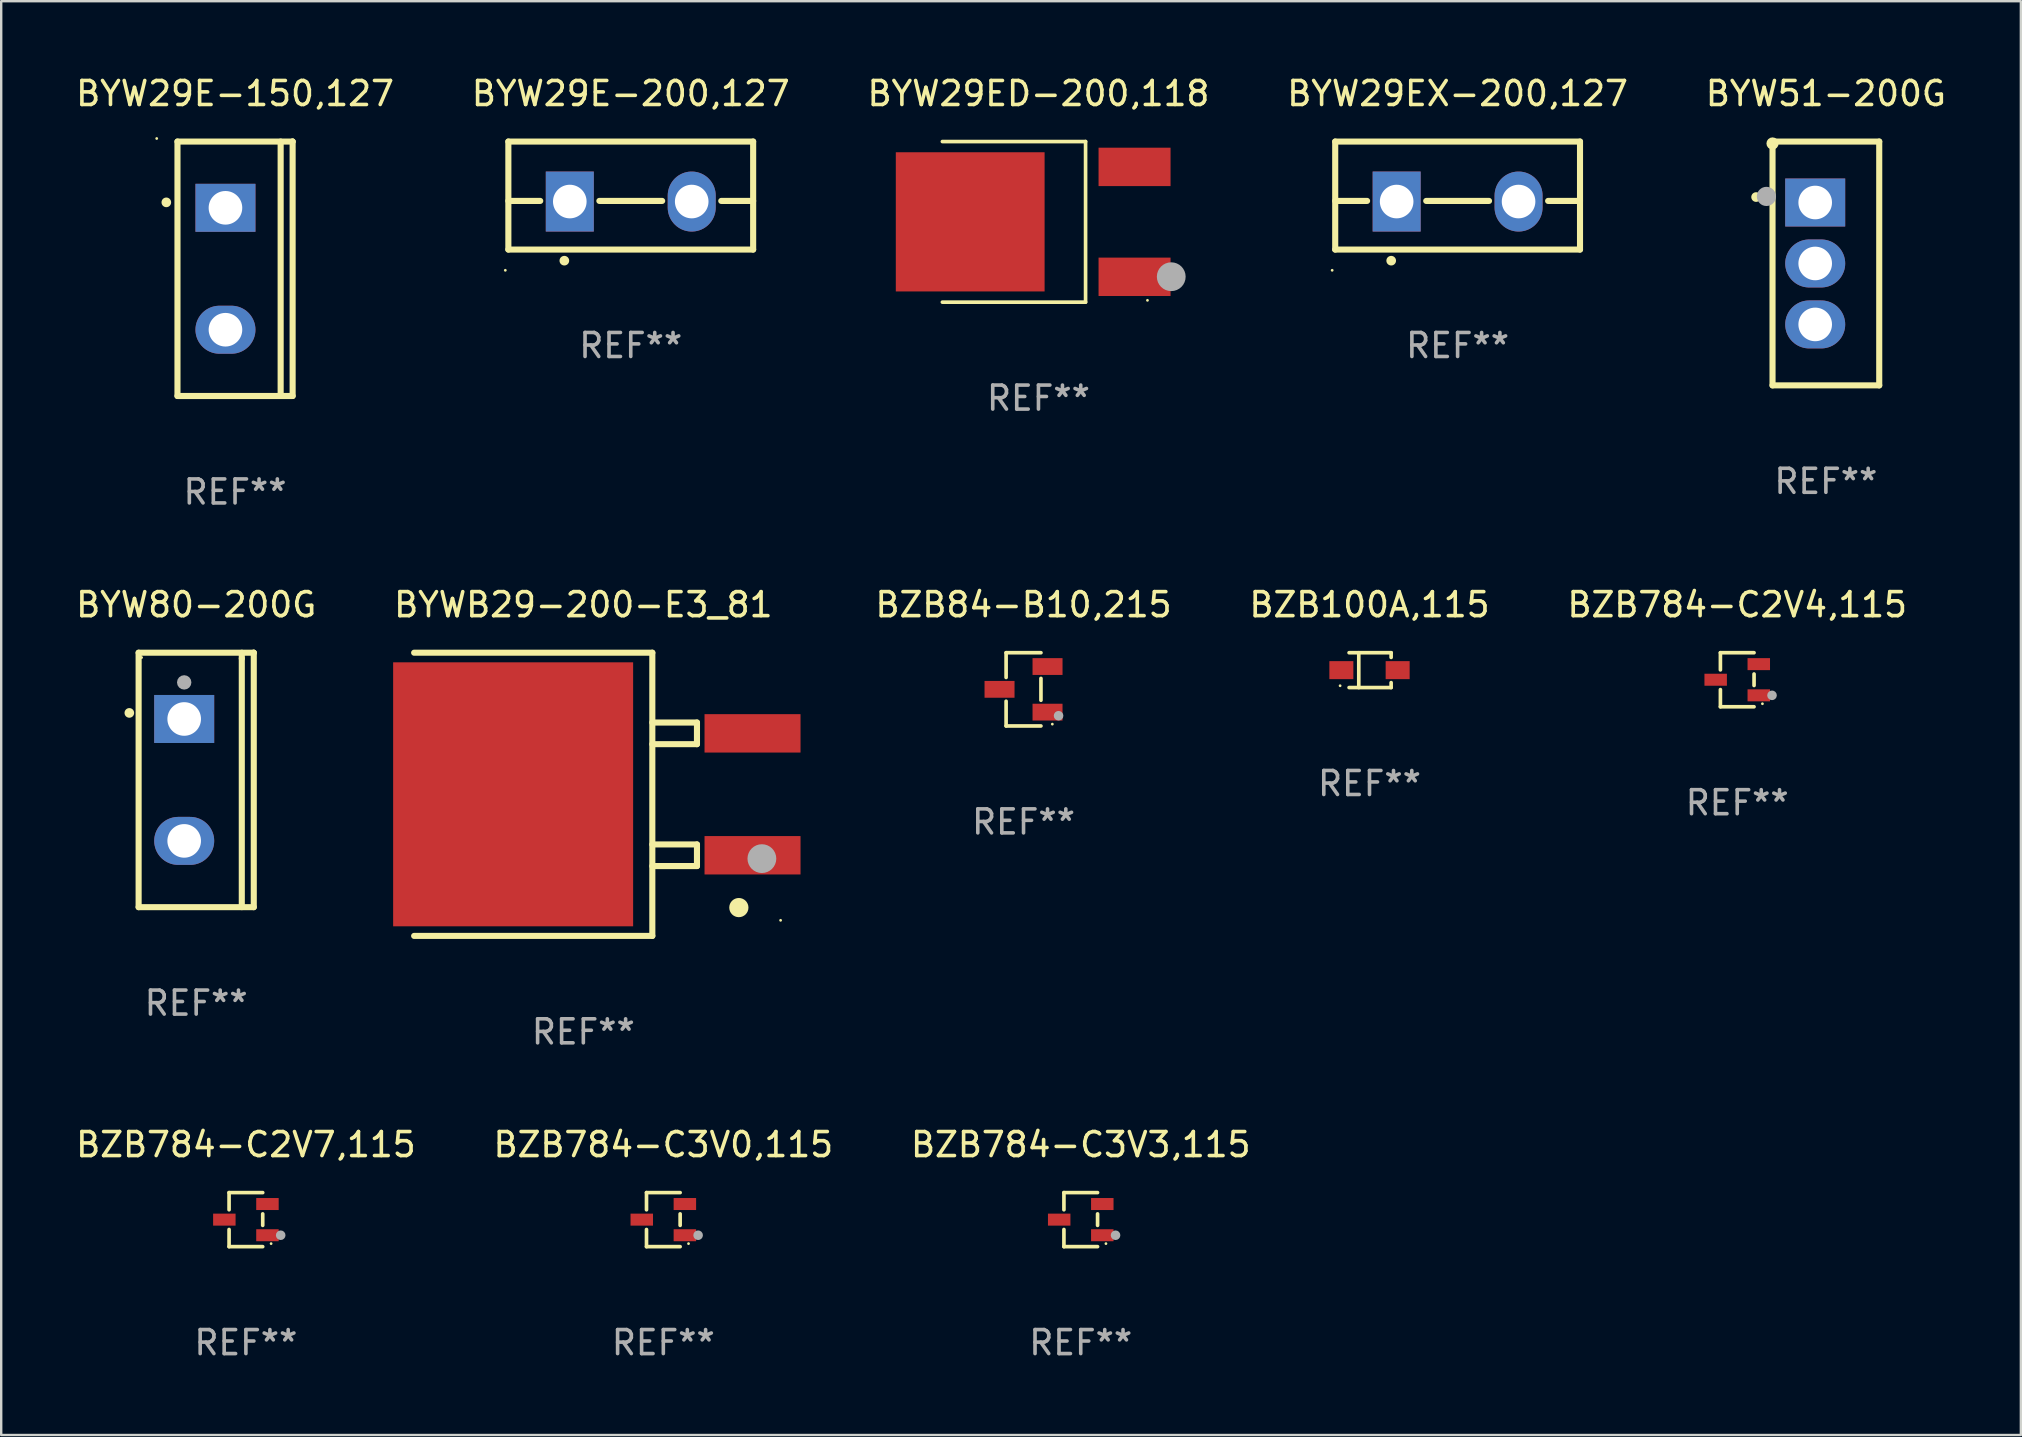
<source format=kicad_pcb>
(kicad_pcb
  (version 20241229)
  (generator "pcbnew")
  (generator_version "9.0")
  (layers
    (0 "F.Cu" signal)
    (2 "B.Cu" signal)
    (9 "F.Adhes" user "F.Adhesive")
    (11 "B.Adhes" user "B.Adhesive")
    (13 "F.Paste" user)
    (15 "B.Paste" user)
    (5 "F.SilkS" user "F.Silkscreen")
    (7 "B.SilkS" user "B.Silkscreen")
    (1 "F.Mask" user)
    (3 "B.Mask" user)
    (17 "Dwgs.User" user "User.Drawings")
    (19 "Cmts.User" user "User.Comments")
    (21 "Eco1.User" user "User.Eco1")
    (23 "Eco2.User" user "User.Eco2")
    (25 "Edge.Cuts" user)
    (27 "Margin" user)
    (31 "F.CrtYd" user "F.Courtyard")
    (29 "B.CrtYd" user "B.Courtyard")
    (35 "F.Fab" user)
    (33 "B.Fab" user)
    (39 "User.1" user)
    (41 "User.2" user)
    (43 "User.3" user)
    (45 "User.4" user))
  (footprint "BZB784-C2V7,115"
    (layer "F.Cu")
    (at 7.196 47.769)
    (property "Reference" "BZB784-C2V7,115" (at 0 -3.126 0) (layer "F.SilkS") (effects (font (size 1 1) (thickness 0.15))))
    (attr through_hole)
    (fp_line (start -0.701 -1.126) (end -0.701 -0.411) (stroke (width 0.152) (type solid)) (layer "F.SilkS"))
    (fp_line (start -0.701 1.126) (end -0.701 0.411) (stroke (width 0.152) (type solid)) (layer "F.SilkS"))
    (fp_line (start 0.701 -1.126) (end -0.701 -1.126) (stroke (width 0.152) (type solid)) (layer "F.SilkS"))
    (fp_line (start 0.701 -0.239) (end 0.701 0.239) (stroke (width 0.152) (type solid)) (layer "F.SilkS"))
    (fp_line (start 0.701 1.126) (end -0.701 1.126) (stroke (width 0.152) (type solid)) (layer "F.SilkS"))
    (fp_circle (center 1.05 1) (end 1.08 1) (stroke (width 0.06) (type solid)) (fill no) (layer "F.SilkS"))
    (fp_circle (center 1.45 0.65) (end 1.55 0.65) (stroke (width 0.2) (type solid)) (fill no) (layer "F.Fab"))
    (fp_text user "REF**" (at 0 5.126 0) (layer "F.Fab") (effects (font (size 1 1) (thickness 0.15))))
    (pad "1" smd rect (at 0.898 0.65) (size 0.936 0.5) (layers "F.Cu" "F.Mask" "F.Paste"))
    (pad "2" smd rect (at 0.898 -0.65) (size 0.936 0.5) (layers "F.Cu" "F.Mask" "F.Paste"))
    (pad "3" smd rect (at -0.898 0) (size 0.936 0.5) (layers "F.Cu" "F.Mask" "F.Paste")))
  (footprint "BYWB29-200-E3_81"
    (layer "F.Cu")
    (at 21.256 30.047)
    (property "Reference" "BYWB29-200-E3_81" (at 0 -7.9 0) (layer "F.SilkS") (effects (font (size 1 1) (thickness 0.15))))
    (attr through_hole)
    (fp_line (start -7.05 5.9) (end 2.875 5.9) (stroke (width 0.254) (type solid)) (layer "F.SilkS"))
    (fp_line (start 2.875 -5.9) (end -7.05 -5.9) (stroke (width 0.254) (type solid)) (layer "F.SilkS"))
    (fp_line (start 2.875 -5.9) (end 2.875 5.9) (stroke (width 0.254) (type solid)) (layer "F.SilkS"))
    (fp_line (start 2.875 -2.991) (end 4.735 -2.991) (stroke (width 0.254) (type solid)) (layer "F.SilkS"))
    (fp_line (start 2.875 2.089) (end 4.735 2.089) (stroke (width 0.254) (type solid)) (layer "F.SilkS"))
    (fp_line (start 4.735 -2.991) (end 4.735 -2.09) (stroke (width 0.254) (type solid)) (layer "F.SilkS"))
    (fp_line (start 4.735 -2.09) (end 2.875 -2.09) (stroke (width 0.254) (type solid)) (layer "F.SilkS"))
    (fp_line (start 4.735 2.089) (end 4.735 2.99) (stroke (width 0.254) (type solid)) (layer "F.SilkS"))
    (fp_line (start 4.735 2.99) (end 2.875 2.99) (stroke (width 0.254) (type solid)) (layer "F.SilkS"))
    (fp_circle (center 6.48 4.72) (end 6.68 4.72) (stroke (width 0.4) (type solid)) (fill no) (layer "F.SilkS"))
    (fp_circle (center 8.22 5.25) (end 8.25 5.25) (stroke (width 0.06) (type solid)) (fill no) (layer "F.SilkS"))
    (fp_circle (center 7.44 2.68) (end 7.74 2.68) (stroke (width 0.6) (type solid)) (fill no) (layer "F.Fab"))
    (fp_text user "REF**" (at 0 9.9 0) (layer "F.Fab") (effects (font (size 1 1) (thickness 0.15))))
    (pad "1" smd rect (at 7.05 2.54) (size 4 1.6) (layers "F.Cu" "F.Mask" "F.Paste"))
    (pad "2" smd rect (at 7.05 -2.54) (size 4 1.6) (layers "F.Cu" "F.Mask" "F.Paste"))
    (pad "3" smd rect (at -2.925 0.000102) (size 10 11) (layers "F.Cu" "F.Mask" "F.Paste")))
  (footprint "BYW29EX-200,127"
    (layer "F.Cu")
    (at 57.685 5.098)
    (property "Reference" "BYW29EX-200,127" (at 0 -4.25 0) (layer "F.SilkS") (effects (font (size 1 1) (thickness 0.15))))
    (attr through_hole)
    (fp_line (start -5.1 -2.25) (end -5.1 2.25) (stroke (width 0.254) (type solid)) (layer "F.SilkS"))
    (fp_line (start -5.1 0.224) (end -3.772 0.224) (stroke (width 0.254) (type solid)) (layer "F.SilkS"))
    (fp_line (start -5.1 2.25) (end 5.1 2.25) (stroke (width 0.254) (type solid)) (layer "F.SilkS"))
    (fp_line (start -1.308 0.224) (end 1.309 0.224) (stroke (width 0.254) (type solid)) (layer "F.SilkS"))
    (fp_line (start 3.771 0.224) (end 5.1 0.224) (stroke (width 0.254) (type solid)) (layer "F.SilkS"))
    (fp_line (start 5.1 -2.25) (end -5.1 -2.25) (stroke (width 0.254) (type solid)) (layer "F.SilkS"))
    (fp_line (start 5.1 -2.25) (end 5.1 2.25) (stroke (width 0.254) (type solid)) (layer "F.SilkS"))
    (fp_arc (start -2.768606 2.713805) (mid -2.767336 2.713801) (end -2.766066 2.713805) (stroke (width 0.4) (type solid)) (layer "F.SilkS"))
    (fp_circle (center -5.227 3.114) (end -5.197 3.114) (stroke (width 0.06) (type solid)) (fill no) (layer "F.SilkS"))
    (fp_text user "REF**" (at 0 6.25 0) (layer "F.Fab") (effects (font (size 1 1) (thickness 0.15))))
    (pad "1" thru_hole rect (at -2.54 0.25) (size 2 2.5) (drill 1.4) (layers "*.Cu" "*.Mask"))
    (pad "3" thru_hole oval (at 2.54 0.25) (size 2 2.5) (drill 1.4) (layers "*.Cu" "*.Mask")))
  (footprint "BYW29E-200,127"
    (layer "F.Cu")
    (at 23.232 5.098)
    (property "Reference" "BYW29E-200,127" (at 0 -4.25 0) (layer "F.SilkS") (effects (font (size 1 1) (thickness 0.15))))
    (attr through_hole)
    (fp_line (start -5.1 -2.25) (end -5.1 2.25) (stroke (width 0.254) (type solid)) (layer "F.SilkS"))
    (fp_line (start -5.1 0.224) (end -3.772 0.224) (stroke (width 0.254) (type solid)) (layer "F.SilkS"))
    (fp_line (start -5.1 2.25) (end 5.1 2.25) (stroke (width 0.254) (type solid)) (layer "F.SilkS"))
    (fp_line (start -1.308 0.224) (end 1.309 0.224) (stroke (width 0.254) (type solid)) (layer "F.SilkS"))
    (fp_line (start 3.771 0.224) (end 5.1 0.224) (stroke (width 0.254) (type solid)) (layer "F.SilkS"))
    (fp_line (start 5.1 -2.25) (end -5.1 -2.25) (stroke (width 0.254) (type solid)) (layer "F.SilkS"))
    (fp_line (start 5.1 -2.25) (end 5.1 2.25) (stroke (width 0.254) (type solid)) (layer "F.SilkS"))
    (fp_arc (start -2.768606 2.713805) (mid -2.767336 2.713801) (end -2.766066 2.713805) (stroke (width 0.4) (type solid)) (layer "F.SilkS"))
    (fp_circle (center -5.227 3.114) (end -5.197 3.114) (stroke (width 0.06) (type solid)) (fill no) (layer "F.SilkS"))
    (fp_text user "REF**" (at 0 6.25 0) (layer "F.Fab") (effects (font (size 1 1) (thickness 0.15))))
    (pad "1" thru_hole rect (at -2.54 0.25) (size 2 2.5) (drill 1.4) (layers "*.Cu" "*.Mask"))
    (pad "3" thru_hole oval (at 2.54 0.25) (size 2 2.5) (drill 1.4) (layers "*.Cu" "*.Mask")))
  (footprint "BZB100A,115"
    (layer "F.Cu")
    (at 54.014 24.873)
    (property "Reference" "BZB100A,115" (at 0 -2.726 0) (layer "F.SilkS") (effects (font (size 1 1) (thickness 0.15))))
    (attr through_hole)
    (fp_line (start -0.851 -0.726) (end 0.901 -0.726) (stroke (width 0.152) (type solid)) (layer "F.SilkS"))
    (fp_line (start -0.851 0.726) (end 0.901 0.726) (stroke (width 0.152) (type solid)) (layer "F.SilkS"))
    (fp_line (start -0.447 -0.726) (end -0.447 0.726) (stroke (width 0.152) (type solid)) (layer "F.SilkS"))
    (fp_line (start 0.901 -0.726) (end 0.901 -0.53) (stroke (width 0.152) (type solid)) (layer "F.SilkS"))
    (fp_line (start 0.901 0.726) (end 0.901 0.52) (stroke (width 0.152) (type solid)) (layer "F.SilkS"))
    (fp_circle (center -1.225 0.65) (end -1.195 0.65) (stroke (width 0.06) (type solid)) (fill no) (layer "F.SilkS"))
    (fp_text user "REF**" (at 0 4.726 0) (layer "F.Fab") (effects (font (size 1 1) (thickness 0.15))))
    (pad "1" smd rect (at -1.173 0) (size 1 0.75) (layers "F.Cu" "F.Mask" "F.Paste"))
    (pad "2" smd rect (at 1.173 0) (size 1 0.75) (layers "F.Cu" "F.Mask" "F.Paste")))
  (footprint "BYW29ED-200,118"
    (layer "F.Cu")
    (at 40.22 6.194)
    (property "Reference" "BYW29ED-200,118" (at 0 -5.346 0) (layer "F.SilkS") (effects (font (size 1 1) (thickness 0.15))))
    (attr through_hole)
    (fp_line (start -4.004 -3.346) (end 1.963 -3.346) (stroke (width 0.152) (type solid)) (layer "F.SilkS"))
    (fp_line (start -4.004 3.346) (end 1.963 3.346) (stroke (width 0.152) (type solid)) (layer "F.SilkS"))
    (fp_line (start 1.963 3.346) (end 1.963 -3.346) (stroke (width 0.152) (type solid)) (layer "F.SilkS"))
    (fp_circle (center 4.542 3.27) (end 4.572 3.27) (stroke (width 0.06) (type solid)) (fill no) (layer "F.SilkS"))
    (fp_circle (center 5.533 2.286) (end 5.833 2.286) (stroke (width 0.6) (type solid)) (fill no) (layer "F.Fab"))
    (fp_text user "REF**" (at 0 7.346 0) (layer "F.Fab") (effects (font (size 1 1) (thickness 0.15))))
    (pad "1" smd rect (at 4.004 2.29) (size 3 1.6) (layers "F.Cu" "F.Mask" "F.Paste"))
    (pad "2" smd rect (at -2.844 0) (size 6.2 5.8) (layers "F.Cu" "F.Mask" "F.Paste"))
    (pad "3" smd rect (at 4.004 -2.29) (size 3 1.6) (layers "F.Cu" "F.Mask" "F.Paste")))
  (footprint "BZB84-B10,215"
    (layer "F.Cu")
    (at 39.598 25.673)
    (property "Reference" "BZB84-B10,215" (at 0 -3.526 0) (layer "F.SilkS") (effects (font (size 1 1) (thickness 0.15))))
    (attr through_hole)
    (fp_line (start -0.726 -1.526) (end -0.726 -0.495) (stroke (width 0.152) (type solid)) (layer "F.SilkS"))
    (fp_line (start -0.726 1.526) (end -0.726 0.495) (stroke (width 0.152) (type solid)) (layer "F.SilkS"))
    (fp_line (start 0.726 -1.526) (end -0.726 -1.526) (stroke (width 0.152) (type solid)) (layer "F.SilkS"))
    (fp_line (start 0.726 -0.455) (end 0.726 0.455) (stroke (width 0.152) (type solid)) (layer "F.SilkS"))
    (fp_line (start 0.726 1.526) (end -0.726 1.526) (stroke (width 0.152) (type solid)) (layer "F.SilkS"))
    (fp_circle (center 1.2 1.45) (end 1.23 1.45) (stroke (width 0.06) (type solid)) (fill no) (layer "F.SilkS"))
    (fp_circle (center 1.46 1.1) (end 1.56 1.1) (stroke (width 0.2) (type solid)) (fill no) (layer "F.Fab"))
    (fp_text user "REF**" (at 0 5.526 0) (layer "F.Fab") (effects (font (size 1 1) (thickness 0.15))))
    (pad "1" smd rect (at 1 0.95) (size 1.25 0.7) (layers "F.Cu" "F.Mask" "F.Paste"))
    (pad "2" smd rect (at 1 -0.95) (size 1.25 0.7) (layers "F.Cu" "F.Mask" "F.Paste"))
    (pad "3" smd rect (at -1 0) (size 1.25 0.7) (layers "F.Cu" "F.Mask" "F.Paste")))
  (footprint "BYW29E-150,127"
    (layer "F.Cu")
    (at 6.744 8.149)
    (property "Reference" "BYW29E-150,127" (at 0 -7.301 0) (layer "F.SilkS") (effects (font (size 1 1) (thickness 0.15))))
    (attr through_hole)
    (fp_line (start -2.399 -5.301) (end 2.394 -5.301) (stroke (width 0.254) (type solid)) (layer "F.SilkS"))
    (fp_line (start -2.399 5.301) (end -2.399 -5.301) (stroke (width 0.254) (type solid)) (layer "F.SilkS"))
    (fp_line (start 1.9 5.3) (end 1.9 -5.3) (stroke (width 0.254) (type solid)) (layer "F.SilkS"))
    (fp_line (start 2.394 -5.301) (end 2.399 -5.301) (stroke (width 0.254) (type solid)) (layer "F.SilkS"))
    (fp_line (start 2.399 -5.301) (end 2.399 5.301) (stroke (width 0.254) (type solid)) (layer "F.SilkS"))
    (fp_line (start 2.399 5.301) (end -2.399 5.301) (stroke (width 0.254) (type solid)) (layer "F.SilkS"))
    (fp_arc (start -2.863843 -2.766066) (mid -2.863847 -2.767336) (end -2.863843 -2.768606) (stroke (width 0.4) (type solid)) (layer "F.SilkS"))
    (fp_circle (center -3.264 -5.428) (end -3.234 -5.428) (stroke (width 0.06) (type solid)) (fill no) (layer "F.SilkS"))
    (fp_text user "REF**" (at 0 9.301 0) (layer "F.Fab") (effects (font (size 1 1) (thickness 0.15))))
    (pad "1" thru_hole rect (at -0.4 -2.54 270) (size 2 2.5) (drill 1.4) (layers "*.Cu" "*.Mask"))
    (pad "2" thru_hole oval (at -0.4 2.54 270) (size 2 2.5) (drill 1.4) (layers "*.Cu" "*.Mask")))
  (footprint "BZB784-C3V0,115"
    (layer "F.Cu")
    (at 24.589 47.769)
    (property "Reference" "BZB784-C3V0,115" (at 0 -3.126 0) (layer "F.SilkS") (effects (font (size 1 1) (thickness 0.15))))
    (attr through_hole)
    (fp_line (start -0.701 -1.126) (end -0.701 -0.411) (stroke (width 0.152) (type solid)) (layer "F.SilkS"))
    (fp_line (start -0.701 1.126) (end -0.701 0.411) (stroke (width 0.152) (type solid)) (layer "F.SilkS"))
    (fp_line (start 0.701 -1.126) (end -0.701 -1.126) (stroke (width 0.152) (type solid)) (layer "F.SilkS"))
    (fp_line (start 0.701 -0.239) (end 0.701 0.239) (stroke (width 0.152) (type solid)) (layer "F.SilkS"))
    (fp_line (start 0.701 1.126) (end -0.701 1.126) (stroke (width 0.152) (type solid)) (layer "F.SilkS"))
    (fp_circle (center 1.05 1) (end 1.08 1) (stroke (width 0.06) (type solid)) (fill no) (layer "F.SilkS"))
    (fp_circle (center 1.45 0.65) (end 1.55 0.65) (stroke (width 0.2) (type solid)) (fill no) (layer "F.Fab"))
    (fp_text user "REF**" (at 0 5.126 0) (layer "F.Fab") (effects (font (size 1 1) (thickness 0.15))))
    (pad "1" smd rect (at 0.898 0.65) (size 0.936 0.5) (layers "F.Cu" "F.Mask" "F.Paste"))
    (pad "2" smd rect (at 0.898 -0.65) (size 0.936 0.5) (layers "F.Cu" "F.Mask" "F.Paste"))
    (pad "3" smd rect (at -0.898 0) (size 0.936 0.5) (layers "F.Cu" "F.Mask" "F.Paste")))
  (footprint "BZB784-C3V3,115"
    (layer "F.Cu")
    (at 41.982 47.769)
    (property "Reference" "BZB784-C3V3,115" (at 0 -3.126 0) (layer "F.SilkS") (effects (font (size 1 1) (thickness 0.15))))
    (attr through_hole)
    (fp_line (start -0.701 -1.126) (end -0.701 -0.411) (stroke (width 0.152) (type solid)) (layer "F.SilkS"))
    (fp_line (start -0.701 1.126) (end -0.701 0.411) (stroke (width 0.152) (type solid)) (layer "F.SilkS"))
    (fp_line (start 0.701 -1.126) (end -0.701 -1.126) (stroke (width 0.152) (type solid)) (layer "F.SilkS"))
    (fp_line (start 0.701 -0.239) (end 0.701 0.239) (stroke (width 0.152) (type solid)) (layer "F.SilkS"))
    (fp_line (start 0.701 1.126) (end -0.701 1.126) (stroke (width 0.152) (type solid)) (layer "F.SilkS"))
    (fp_circle (center 1.05 1) (end 1.08 1) (stroke (width 0.06) (type solid)) (fill no) (layer "F.SilkS"))
    (fp_circle (center 1.45 0.65) (end 1.55 0.65) (stroke (width 0.2) (type solid)) (fill no) (layer "F.Fab"))
    (fp_text user "REF**" (at 0 5.126 0) (layer "F.Fab") (effects (font (size 1 1) (thickness 0.15))))
    (pad "1" smd rect (at 0.898 0.65) (size 0.936 0.5) (layers "F.Cu" "F.Mask" "F.Paste"))
    (pad "2" smd rect (at 0.898 -0.65) (size 0.936 0.5) (layers "F.Cu" "F.Mask" "F.Paste"))
    (pad "3" smd rect (at -0.898 0) (size 0.936 0.5) (layers "F.Cu" "F.Mask" "F.Paste")))
  (footprint "BYW80-200G"
    (layer "F.Cu")
    (at 5.125 29.448)
    (property "Reference" "BYW80-200G" (at 0 -7.301 0) (layer "F.SilkS") (effects (font (size 1 1) (thickness 0.15))))
    (attr through_hole)
    (fp_line (start -2.399 -5.301) (end 2.394 -5.301) (stroke (width 0.254) (type solid)) (layer "F.SilkS"))
    (fp_line (start -2.399 5.301) (end -2.399 -5.301) (stroke (width 0.254) (type solid)) (layer "F.SilkS"))
    (fp_line (start 1.9 -5.061) (end 1.9 -5.3) (stroke (width 0.254) (type solid)) (layer "F.SilkS"))
    (fp_line (start 1.9 5.3) (end 1.9 -5.061) (stroke (width 0.254) (type solid)) (layer "F.SilkS"))
    (fp_line (start 2.394 -5.301) (end 2.399 -5.301) (stroke (width 0.254) (type solid)) (layer "F.SilkS"))
    (fp_line (start 2.399 -5.301) (end 2.399 5.301) (stroke (width 0.254) (type solid)) (layer "F.SilkS"))
    (fp_line (start 2.399 5.301) (end -2.399 5.301) (stroke (width 0.254) (type solid)) (layer "F.SilkS"))
    (fp_arc (start -2.786043 -2.791466) (mid -2.786047 -2.792736) (end -2.786043 -2.794006) (stroke (width 0.4) (type solid)) (layer "F.SilkS"))
    (fp_circle (center -2.275 -5.1) (end -2.245 -5.1) (stroke (width 0.06) (type solid)) (fill no) (layer "F.SilkS"))
    (fp_circle (center -0.5 -4.064) (end -0.35 -4.064) (stroke (width 0.3) (type solid)) (fill no) (layer "F.Fab"))
    (fp_text user "REF**" (at 0 9.301 0) (layer "F.Fab") (effects (font (size 1 1) (thickness 0.15))))
    (pad "1" thru_hole rect (at -0.5 -2.54 270) (size 2 2.5) (drill 1.4) (layers "*.Cu" "*.Mask"))
    (pad "3" thru_hole oval (at -0.5 2.54 270) (size 2 2.5) (drill 1.4) (layers "*.Cu" "*.Mask")))
  (footprint "BZB784-C2V4,115"
    (layer "F.Cu")
    (at 69.336 25.273)
    (property "Reference" "BZB784-C2V4,115" (at 0 -3.126 0) (layer "F.SilkS") (effects (font (size 1 1) (thickness 0.15))))
    (attr through_hole)
    (fp_line (start -0.701 -1.126) (end -0.701 -0.411) (stroke (width 0.152) (type solid)) (layer "F.SilkS"))
    (fp_line (start -0.701 1.126) (end -0.701 0.411) (stroke (width 0.152) (type solid)) (layer "F.SilkS"))
    (fp_line (start 0.701 -1.126) (end -0.701 -1.126) (stroke (width 0.152) (type solid)) (layer "F.SilkS"))
    (fp_line (start 0.701 -0.239) (end 0.701 0.239) (stroke (width 0.152) (type solid)) (layer "F.SilkS"))
    (fp_line (start 0.701 1.126) (end -0.701 1.126) (stroke (width 0.152) (type solid)) (layer "F.SilkS"))
    (fp_circle (center 1.05 1) (end 1.08 1) (stroke (width 0.06) (type solid)) (fill no) (layer "F.SilkS"))
    (fp_circle (center 1.45 0.65) (end 1.55 0.65) (stroke (width 0.2) (type solid)) (fill no) (layer "F.Fab"))
    (fp_text user "REF**" (at 0 5.126 0) (layer "F.Fab") (effects (font (size 1 1) (thickness 0.15))))
    (pad "1" smd rect (at 0.898 0.65) (size 0.936 0.5) (layers "F.Cu" "F.Mask" "F.Paste"))
    (pad "2" smd rect (at 0.898 -0.65) (size 0.936 0.5) (layers "F.Cu" "F.Mask" "F.Paste"))
    (pad "3" smd rect (at -0.898 0) (size 0.936 0.5) (layers "F.Cu" "F.Mask" "F.Paste")))
  (footprint "BYW51-200G"
    (layer "F.Cu")
    (at 73.03 7.928)
    (property "Reference" "BYW51-200G" (at 0 -7.08 0) (layer "F.SilkS") (effects (font (size 1 1) (thickness 0.15))))
    (attr through_hole)
    (fp_line (start -2.223 -4.953) (end -2.223 5.08) (stroke (width 0.254) (type solid)) (layer "F.SilkS"))
    (fp_line (start -2.223 5.08) (end 2.223 5.08) (stroke (width 0.254) (type solid)) (layer "F.SilkS"))
    (fp_line (start 2.223 -5.08) (end -2.223 -5.08) (stroke (width 0.254) (type solid)) (layer "F.SilkS"))
    (fp_line (start 2.223 5.08) (end 2.223 -5.08) (stroke (width 0.254) (type solid)) (layer "F.SilkS"))
    (fp_arc (start -2.908306 -2.766066) (mid -2.90831 -2.767336) (end -2.908306 -2.768606) (stroke (width 0.4) (type solid)) (layer "F.SilkS"))
    (fp_circle (center -2.223 -5) (end -2.096 -5) (stroke (width 0.254) (type solid)) (fill no) (layer "F.SilkS"))
    (fp_circle (center -2.477 -2.794) (end -2.277 -2.794) (stroke (width 0.4) (type solid)) (fill no) (layer "F.Fab"))
    (fp_text user "REF**" (at 0 9.08 0) (layer "F.Fab") (effects (font (size 1 1) (thickness 0.15))))
    (pad "1" thru_hole rect (at -0.445 -2.54 270) (size 2 2.5) (drill 1.4) (layers "*.Cu" "*.Mask"))
    (pad "2" thru_hole oval (at -0.445 0 270) (size 2 2.5) (drill 1.4) (layers "*.Cu" "*.Mask"))
    (pad "3" thru_hole oval (at -0.445 2.54 270) (size 2 2.5) (drill 1.4) (layers "*.Cu" "*.Mask")))
  (gr_rect
    (start -3 -3)
    (end 81.155 56.744)
    (stroke (width 0.1) (type default))
    (fill no)
    (layer "Edge.Cuts")))
</source>
